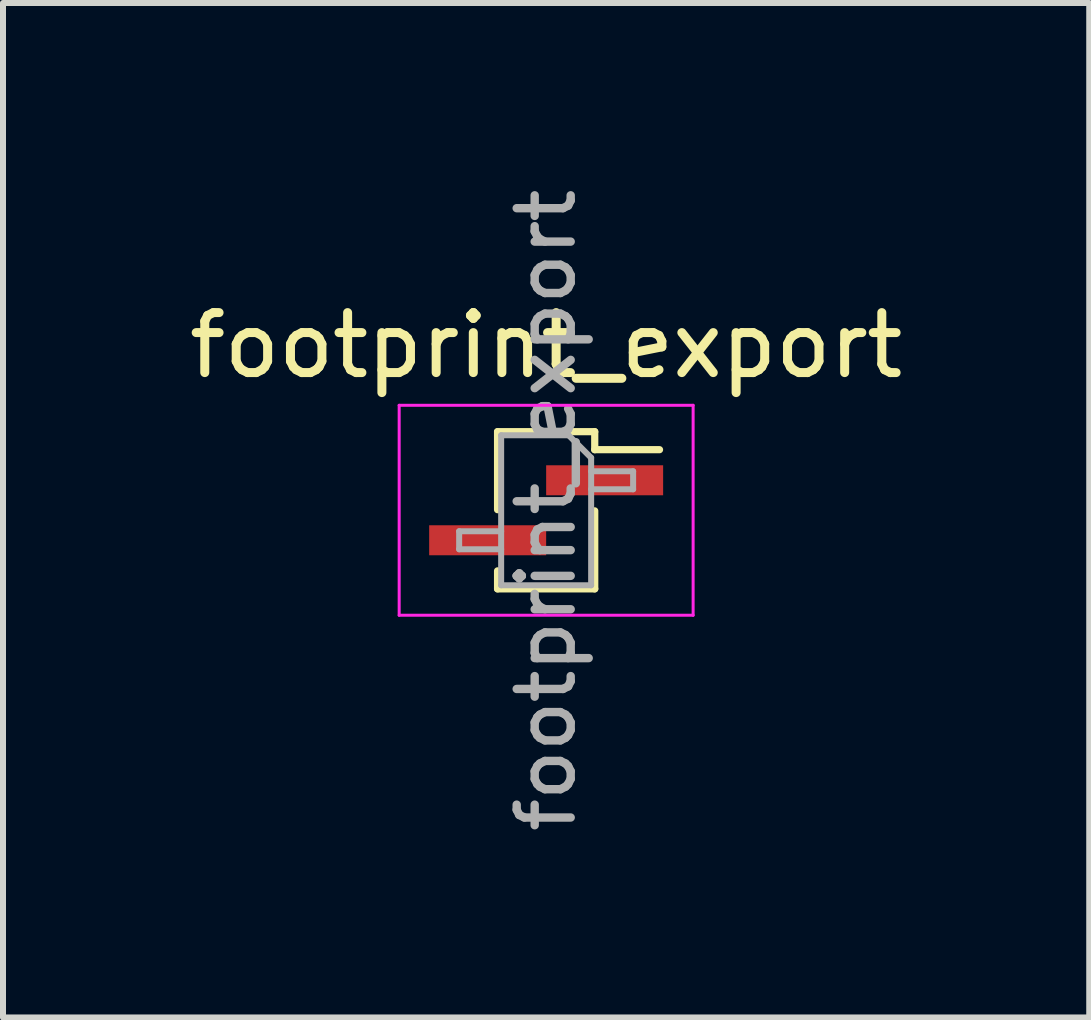
<source format=kicad_pcb>
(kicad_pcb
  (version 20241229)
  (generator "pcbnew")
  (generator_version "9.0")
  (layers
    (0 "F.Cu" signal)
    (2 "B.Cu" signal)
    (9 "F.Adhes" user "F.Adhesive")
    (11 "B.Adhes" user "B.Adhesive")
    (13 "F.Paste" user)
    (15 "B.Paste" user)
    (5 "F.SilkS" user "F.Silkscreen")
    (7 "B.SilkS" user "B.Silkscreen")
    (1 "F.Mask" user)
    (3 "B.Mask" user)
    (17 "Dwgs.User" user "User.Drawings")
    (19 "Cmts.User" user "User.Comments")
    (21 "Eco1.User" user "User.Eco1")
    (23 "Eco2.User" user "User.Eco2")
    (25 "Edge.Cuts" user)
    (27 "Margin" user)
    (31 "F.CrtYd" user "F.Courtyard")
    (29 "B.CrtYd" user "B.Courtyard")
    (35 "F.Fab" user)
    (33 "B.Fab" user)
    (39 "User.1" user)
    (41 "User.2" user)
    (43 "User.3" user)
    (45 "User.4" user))
  (footprint "footprint_export"
    (layer "F.Cu")
    (at 6.054 5.456)
    (property "Reference" "footprint_export" (at 0 -2.75 0) (layer "F.SilkS") (effects (font (size 1 1) (thickness 0.15))))
    (attr smd)
    (fp_line (start -0.81 -1.31) (end -0.81 -0.01) (stroke (width 0.12) (type solid)) (layer "F.SilkS"))
    (fp_line (start -0.81 -1.31) (end 0.81 -1.31) (stroke (width 0.12) (type solid)) (layer "F.SilkS"))
    (fp_line (start -0.81 1.01) (end -0.81 1.31) (stroke (width 0.12) (type solid)) (layer "F.SilkS"))
    (fp_line (start -0.81 1.31) (end 0.81 1.31) (stroke (width 0.12) (type solid)) (layer "F.SilkS"))
    (fp_line (start 0.81 -1.31) (end 0.81 -1.01) (stroke (width 0.12) (type solid)) (layer "F.SilkS"))
    (fp_line (start 0.81 -1.01) (end 1.89 -1.01) (stroke (width 0.12) (type solid)) (layer "F.SilkS"))
    (fp_line (start 0.81 0.01) (end 0.81 1.31) (stroke (width 0.12) (type solid)) (layer "F.SilkS"))
    (fp_line (start -2.45 -1.75) (end 2.45 -1.75) (stroke (width 0.05) (type solid)) (layer "F.CrtYd"))
    (fp_line (start -2.45 1.75) (end -2.45 -1.75) (stroke (width 0.05) (type solid)) (layer "F.CrtYd"))
    (fp_line (start 2.45 -1.75) (end 2.45 1.75) (stroke (width 0.05) (type solid)) (layer "F.CrtYd"))
    (fp_line (start 2.45 1.75) (end -2.45 1.75) (stroke (width 0.05) (type solid)) (layer "F.CrtYd"))
    (fp_line (start -1.45 0.35) (end -0.75 0.35) (stroke (width 0.1) (type solid)) (layer "F.Fab"))
    (fp_line (start -1.45 0.65) (end -1.45 0.35) (stroke (width 0.1) (type solid)) (layer "F.Fab"))
    (fp_line (start -0.75 -1.25) (end 0.375 -1.25) (stroke (width 0.1) (type solid)) (layer "F.Fab"))
    (fp_line (start -0.75 0.65) (end -1.45 0.65) (stroke (width 0.1) (type solid)) (layer "F.Fab"))
    (fp_line (start -0.75 1.25) (end -0.75 -1.25) (stroke (width 0.1) (type solid)) (layer "F.Fab"))
    (fp_line (start 0.375 -1.25) (end 0.75 -0.875) (stroke (width 0.1) (type solid)) (layer "F.Fab"))
    (fp_line (start 0.75 -0.875) (end 0.75 1.25) (stroke (width 0.1) (type solid)) (layer "F.Fab"))
    (fp_line (start 0.75 -0.65) (end 1.45 -0.65) (stroke (width 0.1) (type solid)) (layer "F.Fab"))
    (fp_line (start 0.75 1.25) (end -0.75 1.25) (stroke (width 0.1) (type solid)) (layer "F.Fab"))
    (fp_line (start 1.45 -0.65) (end 1.45 -0.35) (stroke (width 0.1) (type solid)) (layer "F.Fab"))
    (fp_line (start 1.45 -0.35) (end 0.75 -0.35) (stroke (width 0.1) (type solid)) (layer "F.Fab"))
    (fp_text user "${REFERENCE}" (at 0 0 90) (layer "F.Fab") (effects (font (size 0.9 0.9) (thickness 0.14))))
    (pad "1" smd rect (at 0.975 -0.5) (size 1.95 0.5) (layers "F.Cu" "F.Mask" "F.Paste"))
    (pad "2" smd rect (at -0.975 0.5) (size 1.95 0.5) (layers "F.Cu" "F.Mask" "F.Paste")))
  (gr_rect
    (start -3 -3)
    (end 15.107 13.911)
    (stroke (width 0.1) (type default))
    (fill no)
    (layer "Edge.Cuts")))
</source>
